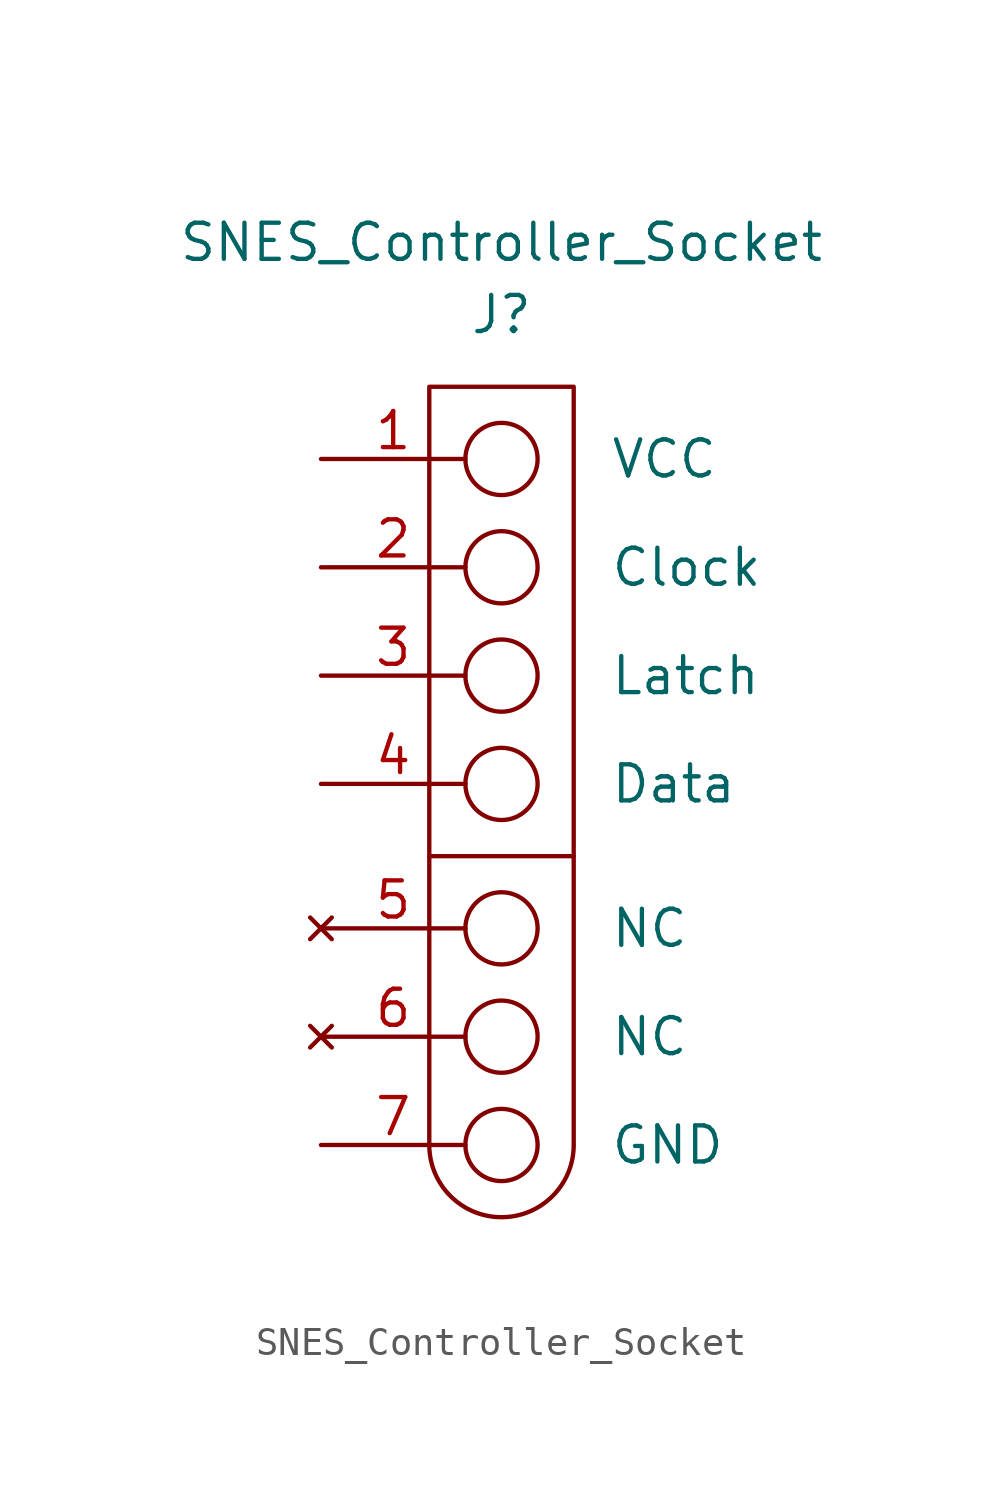
<source format=kicad_sym>
(kicad_symbol_lib
  (version 20220914)
  (generator kicad_symbol_editor)
  (symbol "SNES_Controller_Socket"
    (pin_names
      (offset 5.08))
    (property "Reference" "J"
      (at 0 17.78 0)
      (effects (font (size 1.27 1.27))))
    (property "Value" "SNES_Controller_Socket"
      (at 0 20.32 0)
      (effects (font (size 1.27 1.27))))
    (symbol "SNES_Controller_Socket_0_1"
      (arc (start -2.54 -11.469) (mid 0 -13.9703) (end 2.54 -11.469) (stroke (width 0) (type default)) (fill (type none)))
      (circle (center 0 -11.43) (radius 1.27) (stroke (width 0) (type default)) (fill (type none)))
      (circle (center 0 -7.62) (radius 1.27) (stroke (width 0) (type default)) (fill (type none)))
      (circle (center 0 -3.81) (radius 1.27) (stroke (width 0) (type default)) (fill (type none)))
      (polyline (pts (xy -2.54 -1.27) (xy 2.54 -1.27)) (stroke (width 0) (type default)) (fill (type none)))
      (polyline (pts (xy 2.54 -11.43) (xy 2.54 15.24) (xy -2.54 15.24) (xy -2.54 -11.43)) (stroke (width 0) (type default)) (fill (type none)))
      (circle (center 0 1.27) (radius 1.27) (stroke (width 0) (type default)) (fill (type none)))
      (circle (center 0 5.08) (radius 1.27) (stroke (width 0) (type default)) (fill (type none)))
      (circle (center 0 8.89) (radius 1.27) (stroke (width 0) (type default)) (fill (type none)))
      (circle (center 0 12.7) (radius 1.27) (stroke (width 0) (type default)) (fill (type none))))
    (symbol "SNES_Controller_Socket_1_1"
      (pin passive line (at -6.35 12.7 0) (length 5.08) (name "VCC" (effects (font (size 1.27 1.27)))) (number "1" (effects (font (size 1.27 1.27)))))
      (pin input line (at -6.35 8.89 0) (length 5.08) (name "Clock" (effects (font (size 1.27 1.27)))) (number "2" (effects (font (size 1.27 1.27)))))
      (pin input line (at -6.35 5.08 0) (length 5.08) (name "Latch" (effects (font (size 1.27 1.27)))) (number "3" (effects (font (size 1.27 1.27)))))
      (pin output line (at -6.35 1.27 0) (length 5.08) (name "Data" (effects (font (size 1.27 1.27)))) (number "4" (effects (font (size 1.27 1.27)))))
      (pin no_connect line (at -6.35 -3.81 0) (length 5.08) (name "NC" (effects (font (size 1.27 1.27)))) (number "5" (effects (font (size 1.27 1.27)))))
      (pin no_connect line (at -6.35 -7.62 0) (length 5.08) (name "NC" (effects (font (size 1.27 1.27)))) (number "6" (effects (font (size 1.27 1.27)))))
      (pin passive line (at -6.35 -11.43 0) (length 5.08) (name "GND" (effects (font (size 1.27 1.27)))) (number "7" (effects (font (size 1.27 1.27))))))))
</source>
